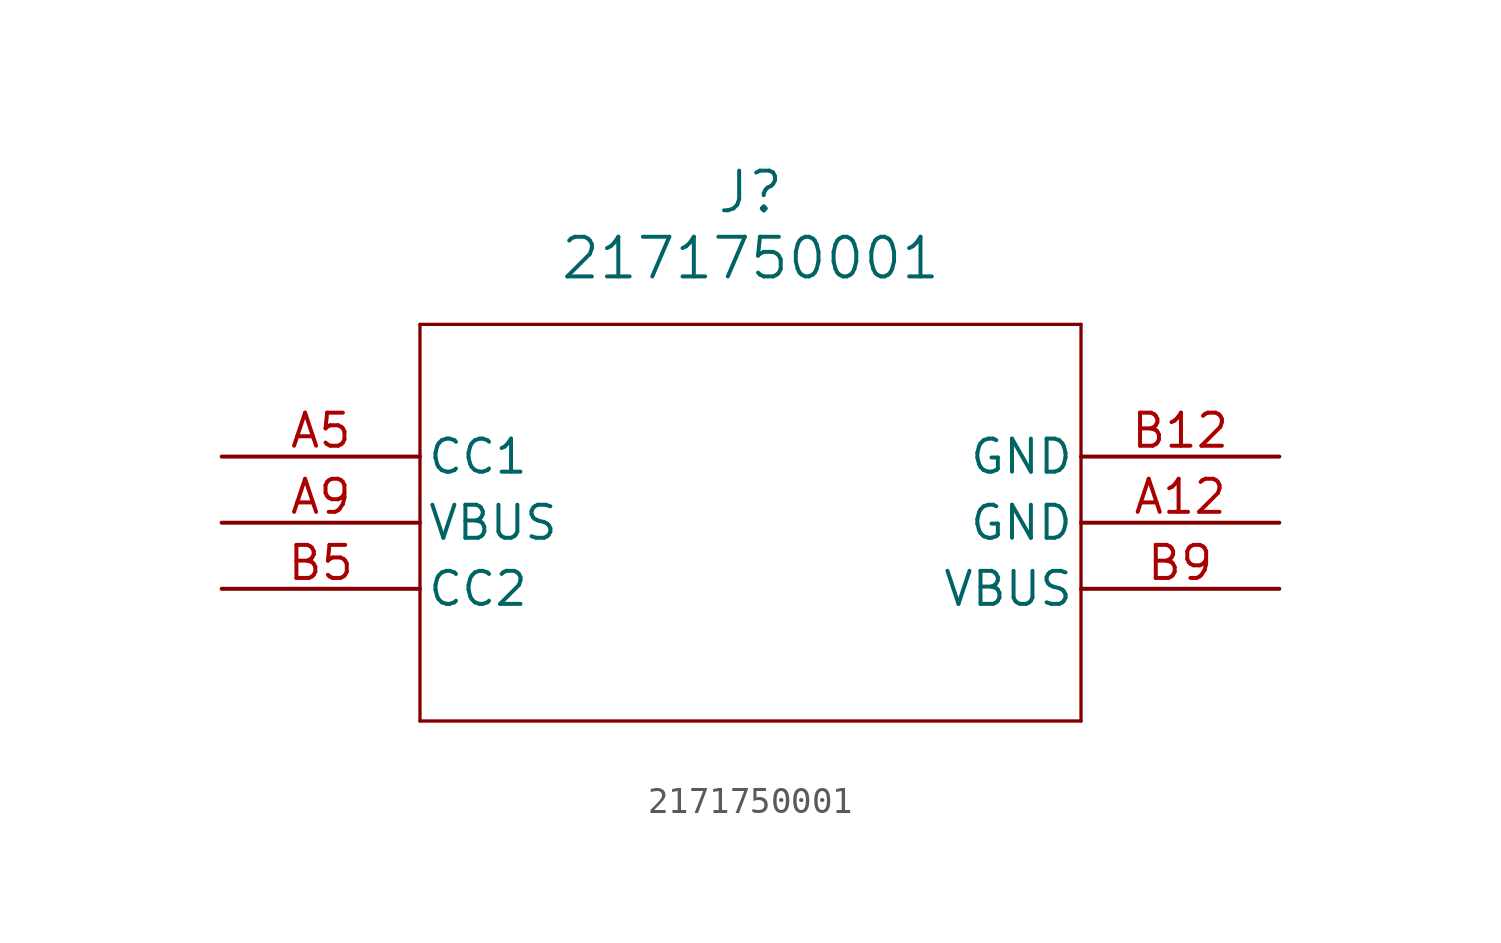
<source format=kicad_sym>
(kicad_symbol_lib
  (version 20211014)
  (generator kicad_symbol_editor)
  (symbol "2171750001"
    (pin_names
      (offset 0.254))
    (property "Reference" "J"
      (at 20.32 10.16 0)
      (effects (font (size 1.524 1.524))))
    (property "Value" "2171750001"
      (at 20.32 7.62 0)
      (effects (font (size 1.524 1.524))))
    (symbol "2171750001_0_1"
      (polyline (pts (xy 7.62 5.08) (xy 7.62 -10.16)) (stroke (width 0.127) (type default) (color 0 0 0 0)) (fill (type none)))
      (polyline (pts (xy 7.62 -10.16) (xy 33.02 -10.16)) (stroke (width 0.127) (type default) (color 0 0 0 0)) (fill (type none)))
      (polyline (pts (xy 33.02 -10.16) (xy 33.02 5.08)) (stroke (width 0.127) (type default) (color 0 0 0 0)) (fill (type none)))
      (polyline (pts (xy 33.02 5.08) (xy 7.62 5.08)) (stroke (width 0.127) (type default) (color 0 0 0 0)) (fill (type none)))
      (pin bidirectional line (at 0 0 0) (length 7.62) (name "CC1" (effects (font (size 1.27 1.27)))) (number "A5" (effects (font (size 1.27 1.27)))))
      (pin power_in line (at 0 -2.54 0) (length 7.62) (name "VBUS" (effects (font (size 1.27 1.27)))) (number "A9" (effects (font (size 1.27 1.27)))))
      (pin bidirectional line (at 0 -5.08 0) (length 7.62) (name "CC2" (effects (font (size 1.27 1.27)))) (number "B5" (effects (font (size 1.27 1.27)))))
      (pin power_in line (at 40.64 -5.08 180) (length 7.62) (name "VBUS" (effects (font (size 1.27 1.27)))) (number "B9" (effects (font (size 1.27 1.27)))))
      (pin power_out line (at 40.64 -2.54 180) (length 7.62) (name "GND" (effects (font (size 1.27 1.27)))) (number "A12" (effects (font (size 1.27 1.27)))))
      (pin power_out line (at 40.64 0 180) (length 7.62) (name "GND" (effects (font (size 1.27 1.27)))) (number "B12" (effects (font (size 1.27 1.27))))))))
</source>
